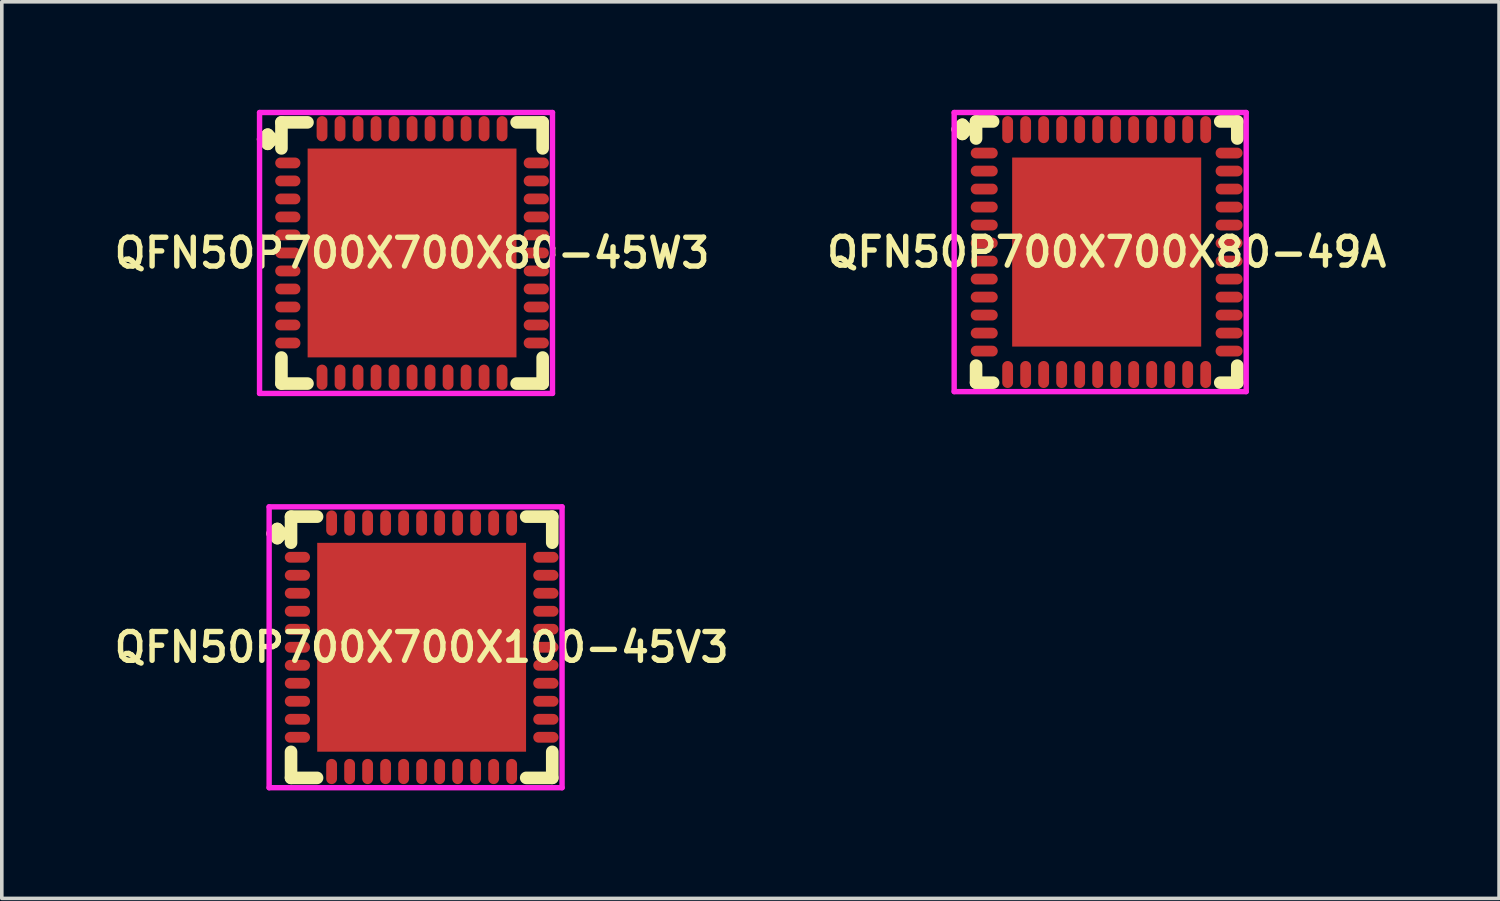
<source format=kicad_pcb>
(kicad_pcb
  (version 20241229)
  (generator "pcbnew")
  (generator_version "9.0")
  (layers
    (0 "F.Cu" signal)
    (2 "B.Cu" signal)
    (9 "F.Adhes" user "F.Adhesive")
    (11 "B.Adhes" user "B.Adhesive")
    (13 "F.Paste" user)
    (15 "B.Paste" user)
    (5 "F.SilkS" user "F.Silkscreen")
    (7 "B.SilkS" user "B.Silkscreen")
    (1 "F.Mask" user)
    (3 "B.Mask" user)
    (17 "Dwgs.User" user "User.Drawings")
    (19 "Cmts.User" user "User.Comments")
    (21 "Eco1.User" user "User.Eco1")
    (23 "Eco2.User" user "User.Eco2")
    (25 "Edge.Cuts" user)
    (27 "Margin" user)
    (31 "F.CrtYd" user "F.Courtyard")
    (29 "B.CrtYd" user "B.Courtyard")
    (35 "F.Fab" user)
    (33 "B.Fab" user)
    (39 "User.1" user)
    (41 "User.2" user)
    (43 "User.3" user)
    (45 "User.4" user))
  (footprint "QFN50P700X700X80-49A"
    (layer "F.Cu")
    (at 27.683 3.95)
    (property "Reference" "QFN50P700X700X80-49A" (at 0 0 0) (layer "F.SilkS") (effects (font (size 0.8 0.8) (thickness 0.15))))
    (attr smd)
    (fp_line (start -4.135 -3.408) (end -4.008 -3.535) (stroke (width 0.35) (type solid)) (layer "F.SilkS"))
    (fp_line (start -4.008 -3.535) (end -3.881 -3.408) (stroke (width 0.35) (type solid)) (layer "F.SilkS"))
    (fp_line (start -4.008 -3.281) (end -4.135 -3.408) (stroke (width 0.35) (type solid)) (layer "F.SilkS"))
    (fp_line (start -3.881 -3.408) (end -4.008 -3.281) (stroke (width 0.35) (type solid)) (layer "F.SilkS"))
    (fp_line (start -3.627 -3.627) (end -3.154 -3.627) (stroke (width 0.35) (type solid)) (layer "F.SilkS"))
    (fp_line (start -3.627 -3.154) (end -3.627 -3.627) (stroke (width 0.35) (type solid)) (layer "F.SilkS"))
    (fp_line (start -3.627 3.154) (end -3.627 3.627) (stroke (width 0.35) (type solid)) (layer "F.SilkS"))
    (fp_line (start -3.627 3.627) (end -3.154 3.627) (stroke (width 0.35) (type solid)) (layer "F.SilkS"))
    (fp_line (start 3.154 -3.627) (end 3.627 -3.627) (stroke (width 0.35) (type solid)) (layer "F.SilkS"))
    (fp_line (start 3.154 3.627) (end 3.627 3.627) (stroke (width 0.35) (type solid)) (layer "F.SilkS"))
    (fp_line (start 3.627 -3.627) (end 3.627 -3.154) (stroke (width 0.35) (type solid)) (layer "F.SilkS"))
    (fp_line (start 3.627 3.627) (end 3.627 3.154) (stroke (width 0.35) (type solid)) (layer "F.SilkS"))
    (fp_line (start -4.235 -3.875) (end 3.875 -3.875) (stroke (width 0.15) (type solid)) (layer "F.CrtYd"))
    (fp_line (start -4.235 3.875) (end -4.235 -3.875) (stroke (width 0.15) (type solid)) (layer "F.CrtYd"))
    (fp_line (start 3.875 -3.875) (end 3.875 3.875) (stroke (width 0.15) (type solid)) (layer "F.CrtYd"))
    (fp_line (start 3.875 3.875) (end -4.235 3.875) (stroke (width 0.15) (type solid)) (layer "F.CrtYd"))
    (pad "1" smd oval (at -3.4 -2.75) (size 0.75 0.3) (layers "F.Cu" "F.Mask" "F.Paste"))
    (pad "2" smd oval (at -3.4 -2.25) (size 0.75 0.3) (layers "F.Cu" "F.Mask" "F.Paste"))
    (pad "3" smd oval (at -3.4 -1.75) (size 0.75 0.3) (layers "F.Cu" "F.Mask" "F.Paste"))
    (pad "4" smd oval (at -3.4 -1.25) (size 0.75 0.3) (layers "F.Cu" "F.Mask" "F.Paste"))
    (pad "5" smd oval (at -3.4 -0.75) (size 0.75 0.3) (layers "F.Cu" "F.Mask" "F.Paste"))
    (pad "6" smd oval (at -3.4 -0.25) (size 0.75 0.3) (layers "F.Cu" "F.Mask" "F.Paste"))
    (pad "7" smd oval (at -3.4 0.25) (size 0.75 0.3) (layers "F.Cu" "F.Mask" "F.Paste"))
    (pad "8" smd oval (at -3.4 0.75) (size 0.75 0.3) (layers "F.Cu" "F.Mask" "F.Paste"))
    (pad "9" smd oval (at -3.4 1.25) (size 0.75 0.3) (layers "F.Cu" "F.Mask" "F.Paste"))
    (pad "10" smd oval (at -3.4 1.75) (size 0.75 0.3) (layers "F.Cu" "F.Mask" "F.Paste"))
    (pad "11" smd oval (at -3.4 2.25) (size 0.75 0.3) (layers "F.Cu" "F.Mask" "F.Paste"))
    (pad "12" smd oval (at -3.4 2.75) (size 0.75 0.3) (layers "F.Cu" "F.Mask" "F.Paste"))
    (pad "13" smd oval (at -2.75 3.4) (size 0.3 0.75) (layers "F.Cu" "F.Mask" "F.Paste"))
    (pad "14" smd oval (at -2.25 3.4) (size 0.3 0.75) (layers "F.Cu" "F.Mask" "F.Paste"))
    (pad "15" smd oval (at -1.75 3.4) (size 0.3 0.75) (layers "F.Cu" "F.Mask" "F.Paste"))
    (pad "16" smd oval (at -1.25 3.4) (size 0.3 0.75) (layers "F.Cu" "F.Mask" "F.Paste"))
    (pad "17" smd oval (at -0.75 3.4) (size 0.3 0.75) (layers "F.Cu" "F.Mask" "F.Paste"))
    (pad "18" smd oval (at -0.25 3.4) (size 0.3 0.75) (layers "F.Cu" "F.Mask" "F.Paste"))
    (pad "19" smd oval (at 0.25 3.4) (size 0.3 0.75) (layers "F.Cu" "F.Mask" "F.Paste"))
    (pad "20" smd oval (at 0.75 3.4) (size 0.3 0.75) (layers "F.Cu" "F.Mask" "F.Paste"))
    (pad "21" smd oval (at 1.25 3.4) (size 0.3 0.75) (layers "F.Cu" "F.Mask" "F.Paste"))
    (pad "22" smd oval (at 1.75 3.4) (size 0.3 0.75) (layers "F.Cu" "F.Mask" "F.Paste"))
    (pad "23" smd oval (at 2.25 3.4) (size 0.3 0.75) (layers "F.Cu" "F.Mask" "F.Paste"))
    (pad "24" smd oval (at 2.75 3.4) (size 0.3 0.75) (layers "F.Cu" "F.Mask" "F.Paste"))
    (pad "25" smd oval (at 3.4 2.75) (size 0.75 0.3) (layers "F.Cu" "F.Mask" "F.Paste"))
    (pad "26" smd oval (at 3.4 2.25) (size 0.75 0.3) (layers "F.Cu" "F.Mask" "F.Paste"))
    (pad "27" smd oval (at 3.4 1.75) (size 0.75 0.3) (layers "F.Cu" "F.Mask" "F.Paste"))
    (pad "28" smd oval (at 3.4 1.25) (size 0.75 0.3) (layers "F.Cu" "F.Mask" "F.Paste"))
    (pad "29" smd oval (at 3.4 0.75) (size 0.75 0.3) (layers "F.Cu" "F.Mask" "F.Paste"))
    (pad "30" smd oval (at 3.4 0.25) (size 0.75 0.3) (layers "F.Cu" "F.Mask" "F.Paste"))
    (pad "31" smd oval (at 3.4 -0.25) (size 0.75 0.3) (layers "F.Cu" "F.Mask" "F.Paste"))
    (pad "32" smd oval (at 3.4 -0.75) (size 0.75 0.3) (layers "F.Cu" "F.Mask" "F.Paste"))
    (pad "33" smd oval (at 3.4 -1.25) (size 0.75 0.3) (layers "F.Cu" "F.Mask" "F.Paste"))
    (pad "34" smd oval (at 3.4 -1.75) (size 0.75 0.3) (layers "F.Cu" "F.Mask" "F.Paste"))
    (pad "35" smd oval (at 3.4 -2.25) (size 0.75 0.3) (layers "F.Cu" "F.Mask" "F.Paste"))
    (pad "36" smd oval (at 3.4 -2.75) (size 0.75 0.3) (layers "F.Cu" "F.Mask" "F.Paste"))
    (pad "37" smd oval (at 2.75 -3.4) (size 0.3 0.75) (layers "F.Cu" "F.Mask" "F.Paste"))
    (pad "38" smd oval (at 2.25 -3.4) (size 0.3 0.75) (layers "F.Cu" "F.Mask" "F.Paste"))
    (pad "39" smd oval (at 1.75 -3.4) (size 0.3 0.75) (layers "F.Cu" "F.Mask" "F.Paste"))
    (pad "40" smd oval (at 1.25 -3.4) (size 0.3 0.75) (layers "F.Cu" "F.Mask" "F.Paste"))
    (pad "41" smd oval (at 0.75 -3.4) (size 0.3 0.75) (layers "F.Cu" "F.Mask" "F.Paste"))
    (pad "42" smd oval (at 0.25 -3.4) (size 0.3 0.75) (layers "F.Cu" "F.Mask" "F.Paste"))
    (pad "43" smd oval (at -0.25 -3.4) (size 0.3 0.75) (layers "F.Cu" "F.Mask" "F.Paste"))
    (pad "44" smd oval (at -0.75 -3.4) (size 0.3 0.75) (layers "F.Cu" "F.Mask" "F.Paste"))
    (pad "45" smd oval (at -1.25 -3.4) (size 0.3 0.75) (layers "F.Cu" "F.Mask" "F.Paste"))
    (pad "46" smd oval (at -1.75 -3.4) (size 0.3 0.75) (layers "F.Cu" "F.Mask" "F.Paste"))
    (pad "47" smd oval (at -2.25 -3.4) (size 0.3 0.75) (layers "F.Cu" "F.Mask" "F.Paste"))
    (pad "48" smd oval (at -2.75 -3.4) (size 0.3 0.75) (layers "F.Cu" "F.Mask" "F.Paste"))
    (pad "49" smd rect (at 0 0) (size 5.25 5.25) (layers "F.Cu" "F.Mask" "F.Paste")))
  (footprint "QFN50P700X700X100-45V3"
    (layer "F.Cu")
    (at 8.659 14.925)
    (property "Reference" "QFN50P700X700X100-45V3" (at 0 0 0) (layer "F.SilkS") (effects (font (size 0.8 0.8) (thickness 0.15))))
    (attr smd)
    (fp_line (start -4.135 -3.158) (end -4.008 -3.285) (stroke (width 0.35) (type solid)) (layer "F.SilkS"))
    (fp_line (start -4.008 -3.285) (end -3.881 -3.158) (stroke (width 0.35) (type solid)) (layer "F.SilkS"))
    (fp_line (start -4.008 -3.031) (end -4.135 -3.158) (stroke (width 0.35) (type solid)) (layer "F.SilkS"))
    (fp_line (start -3.881 -3.158) (end -4.008 -3.031) (stroke (width 0.35) (type solid)) (layer "F.SilkS"))
    (fp_line (start -3.627 -3.627) (end -2.904 -3.627) (stroke (width 0.35) (type solid)) (layer "F.SilkS"))
    (fp_line (start -3.627 -2.904) (end -3.627 -3.627) (stroke (width 0.35) (type solid)) (layer "F.SilkS"))
    (fp_line (start -3.627 2.904) (end -3.627 3.627) (stroke (width 0.35) (type solid)) (layer "F.SilkS"))
    (fp_line (start -3.627 3.627) (end -2.904 3.627) (stroke (width 0.35) (type solid)) (layer "F.SilkS"))
    (fp_line (start 2.904 -3.627) (end 3.627 -3.627) (stroke (width 0.35) (type solid)) (layer "F.SilkS"))
    (fp_line (start 2.904 3.627) (end 3.627 3.627) (stroke (width 0.35) (type solid)) (layer "F.SilkS"))
    (fp_line (start 3.627 -3.627) (end 3.627 -2.904) (stroke (width 0.35) (type solid)) (layer "F.SilkS"))
    (fp_line (start 3.627 3.627) (end 3.627 2.904) (stroke (width 0.35) (type solid)) (layer "F.SilkS"))
    (fp_line (start -4.235 -3.9) (end 3.9 -3.9) (stroke (width 0.15) (type solid)) (layer "F.CrtYd"))
    (fp_line (start -4.235 3.9) (end -4.235 -3.9) (stroke (width 0.15) (type solid)) (layer "F.CrtYd"))
    (fp_line (start 3.9 -3.9) (end 3.9 3.9) (stroke (width 0.15) (type solid)) (layer "F.CrtYd"))
    (fp_line (start 3.9 3.9) (end -4.235 3.9) (stroke (width 0.15) (type solid)) (layer "F.CrtYd"))
    (pad "1" smd oval (at -3.45 -2.5) (size 0.7 0.3) (layers "F.Cu" "F.Mask" "F.Paste"))
    (pad "2" smd oval (at -3.45 -2) (size 0.7 0.3) (layers "F.Cu" "F.Mask" "F.Paste"))
    (pad "3" smd oval (at -3.45 -1.5) (size 0.7 0.3) (layers "F.Cu" "F.Mask" "F.Paste"))
    (pad "4" smd oval (at -3.45 -1) (size 0.7 0.3) (layers "F.Cu" "F.Mask" "F.Paste"))
    (pad "5" smd oval (at -3.45 -0.5) (size 0.7 0.3) (layers "F.Cu" "F.Mask" "F.Paste"))
    (pad "6" smd oval (at -3.45 0) (size 0.7 0.3) (layers "F.Cu" "F.Mask" "F.Paste"))
    (pad "7" smd oval (at -3.45 0.5) (size 0.7 0.3) (layers "F.Cu" "F.Mask" "F.Paste"))
    (pad "8" smd oval (at -3.45 1) (size 0.7 0.3) (layers "F.Cu" "F.Mask" "F.Paste"))
    (pad "9" smd oval (at -3.45 1.5) (size 0.7 0.3) (layers "F.Cu" "F.Mask" "F.Paste"))
    (pad "10" smd oval (at -3.45 2) (size 0.7 0.3) (layers "F.Cu" "F.Mask" "F.Paste"))
    (pad "11" smd oval (at -3.45 2.5) (size 0.7 0.3) (layers "F.Cu" "F.Mask" "F.Paste"))
    (pad "12" smd oval (at -2.5 3.45) (size 0.3 0.7) (layers "F.Cu" "F.Mask" "F.Paste"))
    (pad "13" smd oval (at -2 3.45) (size 0.3 0.7) (layers "F.Cu" "F.Mask" "F.Paste"))
    (pad "14" smd oval (at -1.5 3.45) (size 0.3 0.7) (layers "F.Cu" "F.Mask" "F.Paste"))
    (pad "15" smd oval (at -1 3.45) (size 0.3 0.7) (layers "F.Cu" "F.Mask" "F.Paste"))
    (pad "16" smd oval (at -0.5 3.45) (size 0.3 0.7) (layers "F.Cu" "F.Mask" "F.Paste"))
    (pad "17" smd oval (at 0 3.45) (size 0.3 0.7) (layers "F.Cu" "F.Mask" "F.Paste"))
    (pad "18" smd oval (at 0.5 3.45) (size 0.3 0.7) (layers "F.Cu" "F.Mask" "F.Paste"))
    (pad "19" smd oval (at 1 3.45) (size 0.3 0.7) (layers "F.Cu" "F.Mask" "F.Paste"))
    (pad "20" smd oval (at 1.5 3.45) (size 0.3 0.7) (layers "F.Cu" "F.Mask" "F.Paste"))
    (pad "21" smd oval (at 2 3.45) (size 0.3 0.7) (layers "F.Cu" "F.Mask" "F.Paste"))
    (pad "22" smd oval (at 2.5 3.45) (size 0.3 0.7) (layers "F.Cu" "F.Mask" "F.Paste"))
    (pad "23" smd oval (at 3.45 2.5) (size 0.7 0.3) (layers "F.Cu" "F.Mask" "F.Paste"))
    (pad "24" smd oval (at 3.45 2) (size 0.7 0.3) (layers "F.Cu" "F.Mask" "F.Paste"))
    (pad "25" smd oval (at 3.45 1.5) (size 0.7 0.3) (layers "F.Cu" "F.Mask" "F.Paste"))
    (pad "26" smd oval (at 3.45 1) (size 0.7 0.3) (layers "F.Cu" "F.Mask" "F.Paste"))
    (pad "27" smd oval (at 3.45 0.5) (size 0.7 0.3) (layers "F.Cu" "F.Mask" "F.Paste"))
    (pad "28" smd oval (at 3.45 0) (size 0.7 0.3) (layers "F.Cu" "F.Mask" "F.Paste"))
    (pad "29" smd oval (at 3.45 -0.5) (size 0.7 0.3) (layers "F.Cu" "F.Mask" "F.Paste"))
    (pad "30" smd oval (at 3.45 -1) (size 0.7 0.3) (layers "F.Cu" "F.Mask" "F.Paste"))
    (pad "31" smd oval (at 3.45 -1.5) (size 0.7 0.3) (layers "F.Cu" "F.Mask" "F.Paste"))
    (pad "32" smd oval (at 3.45 -2) (size 0.7 0.3) (layers "F.Cu" "F.Mask" "F.Paste"))
    (pad "33" smd oval (at 3.45 -2.5) (size 0.7 0.3) (layers "F.Cu" "F.Mask" "F.Paste"))
    (pad "34" smd oval (at 2.5 -3.45) (size 0.3 0.7) (layers "F.Cu" "F.Mask" "F.Paste"))
    (pad "35" smd oval (at 2 -3.45) (size 0.3 0.7) (layers "F.Cu" "F.Mask" "F.Paste"))
    (pad "36" smd oval (at 1.5 -3.45) (size 0.3 0.7) (layers "F.Cu" "F.Mask" "F.Paste"))
    (pad "37" smd oval (at 1 -3.45) (size 0.3 0.7) (layers "F.Cu" "F.Mask" "F.Paste"))
    (pad "38" smd oval (at 0.5 -3.45) (size 0.3 0.7) (layers "F.Cu" "F.Mask" "F.Paste"))
    (pad "39" smd oval (at 0 -3.45) (size 0.3 0.7) (layers "F.Cu" "F.Mask" "F.Paste"))
    (pad "40" smd oval (at -0.5 -3.45) (size 0.3 0.7) (layers "F.Cu" "F.Mask" "F.Paste"))
    (pad "41" smd oval (at -1 -3.45) (size 0.3 0.7) (layers "F.Cu" "F.Mask" "F.Paste"))
    (pad "42" smd oval (at -1.5 -3.45) (size 0.3 0.7) (layers "F.Cu" "F.Mask" "F.Paste"))
    (pad "43" smd oval (at -2 -3.45) (size 0.3 0.7) (layers "F.Cu" "F.Mask" "F.Paste"))
    (pad "44" smd oval (at -2.5 -3.45) (size 0.3 0.7) (layers "F.Cu" "F.Mask" "F.Paste"))
    (pad "45" smd rect (at 0 0) (size 5.8 5.8) (layers "F.Cu" "F.Mask" "F.Paste")))
  (footprint "QFN50P700X700X80-45W3"
    (layer "F.Cu")
    (at 8.393 3.975)
    (property "Reference" "QFN50P700X700X80-45W3" (at 0 0 0) (layer "F.SilkS") (effects (font (size 0.8 0.8) (thickness 0.15))))
    (attr through_hole)
    (fp_line (start -4.135 -3.158) (end -4.008 -3.285) (stroke (width 0.35) (type solid)) (layer "F.SilkS"))
    (fp_line (start -4.008 -3.285) (end -3.881 -3.158) (stroke (width 0.35) (type solid)) (layer "F.SilkS"))
    (fp_line (start -4.008 -3.031) (end -4.135 -3.158) (stroke (width 0.35) (type solid)) (layer "F.SilkS"))
    (fp_line (start -3.881 -3.158) (end -4.008 -3.031) (stroke (width 0.35) (type solid)) (layer "F.SilkS"))
    (fp_line (start -3.627 -3.627) (end -2.904 -3.627) (stroke (width 0.35) (type solid)) (layer "F.SilkS"))
    (fp_line (start -3.627 -2.904) (end -3.627 -3.627) (stroke (width 0.35) (type solid)) (layer "F.SilkS"))
    (fp_line (start -3.627 2.904) (end -3.627 3.627) (stroke (width 0.35) (type solid)) (layer "F.SilkS"))
    (fp_line (start -3.627 3.627) (end -2.904 3.627) (stroke (width 0.35) (type solid)) (layer "F.SilkS"))
    (fp_line (start 2.904 -3.627) (end 3.627 -3.627) (stroke (width 0.35) (type solid)) (layer "F.SilkS"))
    (fp_line (start 2.904 3.627) (end 3.627 3.627) (stroke (width 0.35) (type solid)) (layer "F.SilkS"))
    (fp_line (start 3.627 -3.627) (end 3.627 -2.904) (stroke (width 0.35) (type solid)) (layer "F.SilkS"))
    (fp_line (start 3.627 3.627) (end 3.627 2.904) (stroke (width 0.35) (type solid)) (layer "F.SilkS"))
    (fp_line (start -4.235 -3.9) (end 3.9 -3.9) (stroke (width 0.15) (type solid)) (layer "F.CrtYd"))
    (fp_line (start -4.235 3.9) (end -4.235 -3.9) (stroke (width 0.15) (type solid)) (layer "F.CrtYd"))
    (fp_line (start 3.9 -3.9) (end 3.9 3.9) (stroke (width 0.15) (type solid)) (layer "F.CrtYd"))
    (fp_line (start 3.9 3.9) (end -4.235 3.9) (stroke (width 0.15) (type solid)) (layer "F.CrtYd"))
    (pad "1" smd oval (at -3.45 -2.5) (size 0.7 0.3) (layers "F.Cu" "F.Mask" "F.Paste"))
    (pad "2" smd oval (at -3.45 -2) (size 0.7 0.3) (layers "F.Cu" "F.Mask" "F.Paste"))
    (pad "3" smd oval (at -3.45 -1.5) (size 0.7 0.3) (layers "F.Cu" "F.Mask" "F.Paste"))
    (pad "4" smd oval (at -3.45 -1) (size 0.7 0.3) (layers "F.Cu" "F.Mask" "F.Paste"))
    (pad "5" smd oval (at -3.45 -0.5) (size 0.7 0.3) (layers "F.Cu" "F.Mask" "F.Paste"))
    (pad "6" smd oval (at -3.45 0) (size 0.7 0.3) (layers "F.Cu" "F.Mask" "F.Paste"))
    (pad "7" smd oval (at -3.45 0.5) (size 0.7 0.3) (layers "F.Cu" "F.Mask" "F.Paste"))
    (pad "8" smd oval (at -3.45 1) (size 0.7 0.3) (layers "F.Cu" "F.Mask" "F.Paste"))
    (pad "9" smd oval (at -3.45 1.5) (size 0.7 0.3) (layers "F.Cu" "F.Mask" "F.Paste"))
    (pad "10" smd oval (at -3.45 2) (size 0.7 0.3) (layers "F.Cu" "F.Mask" "F.Paste"))
    (pad "11" smd oval (at -3.45 2.5) (size 0.7 0.3) (layers "F.Cu" "F.Mask" "F.Paste"))
    (pad "12" smd oval (at -2.5 3.45) (size 0.3 0.7) (layers "F.Cu" "F.Mask" "F.Paste"))
    (pad "13" smd oval (at -2 3.45) (size 0.3 0.7) (layers "F.Cu" "F.Mask" "F.Paste"))
    (pad "14" smd oval (at -1.5 3.45) (size 0.3 0.7) (layers "F.Cu" "F.Mask" "F.Paste"))
    (pad "15" smd oval (at -1 3.45) (size 0.3 0.7) (layers "F.Cu" "F.Mask" "F.Paste"))
    (pad "16" smd oval (at -0.5 3.45) (size 0.3 0.7) (layers "F.Cu" "F.Mask" "F.Paste"))
    (pad "17" smd oval (at 0 3.45) (size 0.3 0.7) (layers "F.Cu" "F.Mask" "F.Paste"))
    (pad "18" smd oval (at 0.5 3.45) (size 0.3 0.7) (layers "F.Cu" "F.Mask" "F.Paste"))
    (pad "19" smd oval (at 1 3.45) (size 0.3 0.7) (layers "F.Cu" "F.Mask" "F.Paste"))
    (pad "20" smd oval (at 1.5 3.45) (size 0.3 0.7) (layers "F.Cu" "F.Mask" "F.Paste"))
    (pad "21" smd oval (at 2 3.45) (size 0.3 0.7) (layers "F.Cu" "F.Mask" "F.Paste"))
    (pad "22" smd oval (at 2.5 3.45) (size 0.3 0.7) (layers "F.Cu" "F.Mask" "F.Paste"))
    (pad "23" smd oval (at 3.45 2.5) (size 0.7 0.3) (layers "F.Cu" "F.Mask" "F.Paste"))
    (pad "24" smd oval (at 3.45 2) (size 0.7 0.3) (layers "F.Cu" "F.Mask" "F.Paste"))
    (pad "25" smd oval (at 3.45 1.5) (size 0.7 0.3) (layers "F.Cu" "F.Mask" "F.Paste"))
    (pad "26" smd oval (at 3.45 1) (size 0.7 0.3) (layers "F.Cu" "F.Mask" "F.Paste"))
    (pad "27" smd oval (at 3.45 0.5) (size 0.7 0.3) (layers "F.Cu" "F.Mask" "F.Paste"))
    (pad "28" smd oval (at 3.45 0) (size 0.7 0.3) (layers "F.Cu" "F.Mask" "F.Paste"))
    (pad "29" smd oval (at 3.45 -0.5) (size 0.7 0.3) (layers "F.Cu" "F.Mask" "F.Paste"))
    (pad "30" smd oval (at 3.45 -1) (size 0.7 0.3) (layers "F.Cu" "F.Mask" "F.Paste"))
    (pad "31" smd oval (at 3.45 -1.5) (size 0.7 0.3) (layers "F.Cu" "F.Mask" "F.Paste"))
    (pad "32" smd oval (at 3.45 -2) (size 0.7 0.3) (layers "F.Cu" "F.Mask" "F.Paste"))
    (pad "33" smd oval (at 3.45 -2.5) (size 0.7 0.3) (layers "F.Cu" "F.Mask" "F.Paste"))
    (pad "34" smd oval (at 2.5 -3.45) (size 0.3 0.7) (layers "F.Cu" "F.Mask" "F.Paste"))
    (pad "35" smd oval (at 2 -3.45) (size 0.3 0.7) (layers "F.Cu" "F.Mask" "F.Paste"))
    (pad "36" smd oval (at 1.5 -3.45) (size 0.3 0.7) (layers "F.Cu" "F.Mask" "F.Paste"))
    (pad "37" smd oval (at 1 -3.45) (size 0.3 0.7) (layers "F.Cu" "F.Mask" "F.Paste"))
    (pad "38" smd oval (at 0.5 -3.45) (size 0.3 0.7) (layers "F.Cu" "F.Mask" "F.Paste"))
    (pad "39" smd oval (at 0 -3.45) (size 0.3 0.7) (layers "F.Cu" "F.Mask" "F.Paste"))
    (pad "40" smd oval (at -0.5 -3.45) (size 0.3 0.7) (layers "F.Cu" "F.Mask" "F.Paste"))
    (pad "41" smd oval (at -1 -3.45) (size 0.3 0.7) (layers "F.Cu" "F.Mask" "F.Paste"))
    (pad "42" smd oval (at -1.5 -3.45) (size 0.3 0.7) (layers "F.Cu" "F.Mask" "F.Paste"))
    (pad "43" smd oval (at -2 -3.45) (size 0.3 0.7) (layers "F.Cu" "F.Mask" "F.Paste"))
    (pad "44" smd oval (at -2.5 -3.45) (size 0.3 0.7) (layers "F.Cu" "F.Mask" "F.Paste"))
    (pad "45" smd rect (at 0 0) (size 5.8 5.8) (layers "F.Cu" "F.Mask" "F.Paste")))
  (gr_rect
    (start -3 -3)
    (end 38.58 21.9)
    (stroke (width 0.1) (type default))
    (fill no)
    (layer "Edge.Cuts")))
</source>
